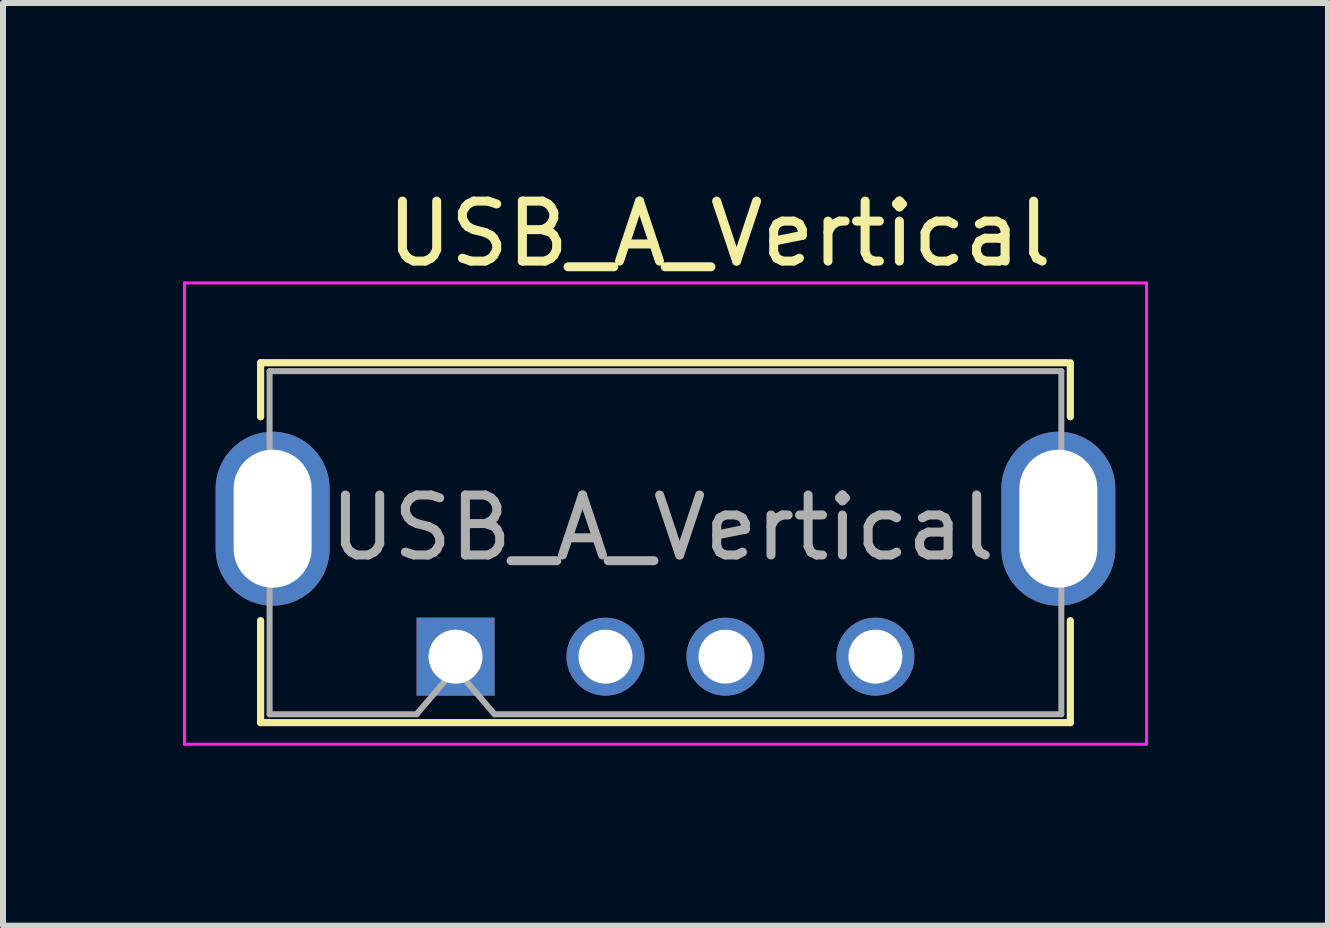
<source format=kicad_pcb>
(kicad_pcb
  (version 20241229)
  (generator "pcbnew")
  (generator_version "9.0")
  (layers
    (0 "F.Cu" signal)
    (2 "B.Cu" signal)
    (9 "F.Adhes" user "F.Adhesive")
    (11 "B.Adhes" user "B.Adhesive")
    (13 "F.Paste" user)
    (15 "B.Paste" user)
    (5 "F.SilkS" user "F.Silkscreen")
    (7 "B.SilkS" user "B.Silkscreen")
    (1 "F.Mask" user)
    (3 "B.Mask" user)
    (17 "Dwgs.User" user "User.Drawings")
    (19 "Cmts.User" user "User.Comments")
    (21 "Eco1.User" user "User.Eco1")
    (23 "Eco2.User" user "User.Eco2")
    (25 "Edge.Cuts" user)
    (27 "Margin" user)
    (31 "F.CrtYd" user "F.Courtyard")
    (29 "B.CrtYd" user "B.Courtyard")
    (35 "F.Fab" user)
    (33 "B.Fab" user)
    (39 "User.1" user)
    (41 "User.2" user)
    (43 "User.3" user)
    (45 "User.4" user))
  (footprint "USB_A_Vertical"
    (layer "F.Cu")
    (at 4.545 7.898)
    (property "Reference" "USB_A_Vertical" (at 4.4 -7.05 0) (layer "F.SilkS") (effects (font (size 1 1) (thickness 0.15))))
    (attr through_hole)
    (fp_line (start -3.25 -4.9) (end -3.25 -4) (stroke (width 0.12) (type solid)) (layer "F.SilkS"))
    (fp_line (start -3.25 -0.6) (end -3.25 1.1) (stroke (width 0.12) (type solid)) (layer "F.SilkS"))
    (fp_line (start 10.2 -4.9) (end -3.25 -4.9) (stroke (width 0.12) (type solid)) (layer "F.SilkS"))
    (fp_line (start 10.25 -4.9) (end 10.25 -4) (stroke (width 0.12) (type solid)) (layer "F.SilkS"))
    (fp_line (start 10.25 -0.6) (end 10.25 1.1) (stroke (width 0.12) (type solid)) (layer "F.SilkS"))
    (fp_line (start 10.25 1.1) (end -3.25 1.1) (stroke (width 0.12) (type solid)) (layer "F.SilkS"))
    (fp_line (start -4.52 -6.23) (end 11.52 -6.23) (stroke (width 0.05) (type solid)) (layer "F.CrtYd"))
    (fp_line (start -4.52 1.46) (end -4.52 -6.23) (stroke (width 0.05) (type solid)) (layer "F.CrtYd"))
    (fp_line (start 11.52 -6.23) (end 11.52 1.46) (stroke (width 0.05) (type solid)) (layer "F.CrtYd"))
    (fp_line (start 11.52 1.46) (end -4.52 1.46) (stroke (width 0.05) (type solid)) (layer "F.CrtYd"))
    (fp_line (start -3.1 -4.76) (end 10.1 -4.76) (stroke (width 0.1) (type solid)) (layer "F.Fab"))
    (fp_line (start -3.1 0.96) (end -3.1 -4.76) (stroke (width 0.1) (type solid)) (layer "F.Fab"))
    (fp_line (start -0.65 0.96) (end -3.1 0.96) (stroke (width 0.1) (type solid)) (layer "F.Fab"))
    (fp_line (start -0.65 0.96) (end 0 0.2) (stroke (width 0.1) (type solid)) (layer "F.Fab"))
    (fp_line (start 0 0.2) (end 0.65 0.96) (stroke (width 0.1) (type solid)) (layer "F.Fab"))
    (fp_line (start 10.1 -4.76) (end 10.1 0.96) (stroke (width 0.1) (type solid)) (layer "F.Fab"))
    (fp_line (start 10.1 0.96) (end 0.65 0.96) (stroke (width 0.1) (type solid)) (layer "F.Fab"))
    (fp_text user "${REFERENCE}" (at 3.45 -2.15 0) (layer "F.Fab") (effects (font (size 1 1) (thickness 0.15))))
    (pad "1" thru_hole rect (at 0 0) (size 1.3 1.3) (drill 0.9) (layers "*.Cu" "*.Mask"))
    (pad "2" thru_hole circle (at 2.5 0) (size 1.3 1.3) (drill 0.9) (layers "*.Cu" "*.Mask"))
    (pad "3" thru_hole circle (at 4.5 0) (size 1.3 1.3) (drill 0.9) (layers "*.Cu" "*.Mask"))
    (pad "4" thru_hole circle (at 7 0) (size 1.3 1.3) (drill 0.9) (layers "*.Cu" "*.Mask"))
    (pad "5" thru_hole oval (at -3.05 -2.3 180) (size 1.9 2.9) (drill oval 1.3 2.3) (layers "*.Cu" "*.Mask"))
    (pad "5" thru_hole oval (at 10.05 -2.3) (size 1.9 2.9) (drill oval 1.3 2.3) (layers "*.Cu" "*.Mask")))
  (gr_rect
    (start -3 -3)
    (end 19.09 12.383)
    (stroke (width 0.1) (type default))
    (fill no)
    (layer "Edge.Cuts")))
</source>
